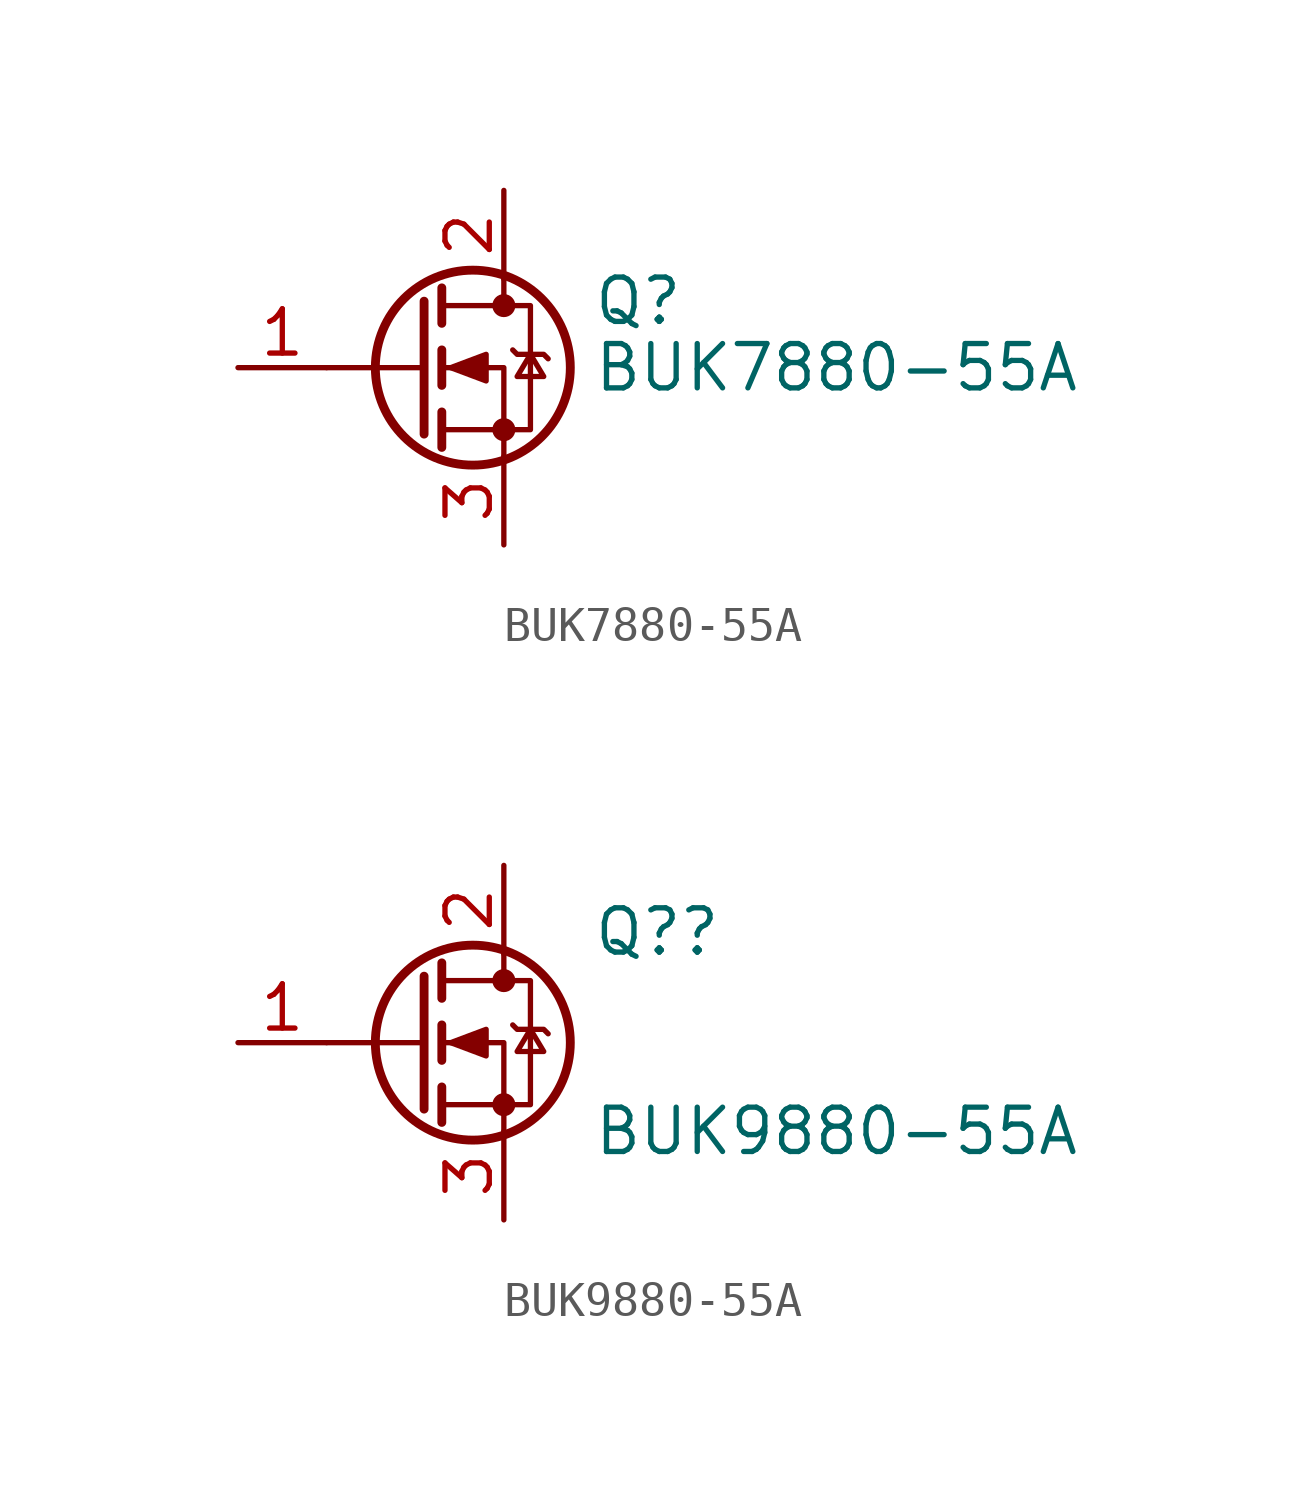
<source format=kicad_sym>
(kicad_symbol_lib
  (version 20211014)
  (generator kicad_symbol_editor)
  (symbol "BUK7880-55A"
    (pin_names hide)
    (property "Reference" "Q"
      (at 5.08 1.905 0)
      (effects (font (size 1.27 1.27)) (justify left)))
    (property "Value" "BUK7880-55A"
      (at 5.08 0 0)
      (effects (font (size 1.27 1.27)) (justify left)))
    (symbol "BUK7880-55A_0_1"
      (polyline (pts (xy 0.254 0) (xy -2.54 0)) (stroke (width 0) (type default) (color 0 0 0 0)) (fill (type none)))
      (polyline (pts (xy 0.254 1.905) (xy 0.254 -1.905)) (stroke (width 0.254) (type default) (color 0 0 0 0)) (fill (type none)))
      (polyline (pts (xy 0.762 -1.27) (xy 0.762 -2.286)) (stroke (width 0.254) (type default) (color 0 0 0 0)) (fill (type none)))
      (polyline (pts (xy 0.762 0.508) (xy 0.762 -0.508)) (stroke (width 0.254) (type default) (color 0 0 0 0)) (fill (type none)))
      (polyline (pts (xy 0.762 2.286) (xy 0.762 1.27)) (stroke (width 0.254) (type default) (color 0 0 0 0)) (fill (type none)))
      (polyline (pts (xy 2.54 2.54) (xy 2.54 1.778)) (stroke (width 0) (type default) (color 0 0 0 0)) (fill (type none)))
      (polyline (pts (xy 2.54 -2.54) (xy 2.54 0) (xy 0.762 0)) (stroke (width 0) (type default) (color 0 0 0 0)) (fill (type none)))
      (polyline (pts (xy 0.762 -1.778) (xy 3.302 -1.778) (xy 3.302 1.778) (xy 0.762 1.778)) (stroke (width 0) (type default) (color 0 0 0 0)) (fill (type none)))
      (polyline (pts (xy 1.016 0) (xy 2.032 0.381) (xy 2.032 -0.381) (xy 1.016 0)) (stroke (width 0) (type default) (color 0 0 0 0)) (fill (type outline)))
      (polyline (pts (xy 2.794 0.508) (xy 2.921 0.381) (xy 3.683 0.381) (xy 3.81 0.254)) (stroke (width 0) (type default) (color 0 0 0 0)) (fill (type none)))
      (polyline (pts (xy 3.302 0.381) (xy 2.921 -0.254) (xy 3.683 -0.254) (xy 3.302 0.381)) (stroke (width 0) (type default) (color 0 0 0 0)) (fill (type none)))
      (circle (center 1.651 0) (radius 2.794) (stroke (width 0.254) (type default) (color 0 0 0 0)) (fill (type none)))
      (circle (center 2.54 -1.778) (radius 0.254) (stroke (width 0) (type default) (color 0 0 0 0)) (fill (type outline)))
      (circle (center 2.54 1.778) (radius 0.254) (stroke (width 0) (type default) (color 0 0 0 0)) (fill (type outline))))
    (symbol "BUK7880-55A_1_1"
      (pin input line (at -5.08 0 0) (length 2.54) (name "G" (effects (font (size 1.27 1.27)))) (number "1" (effects (font (size 1.27 1.27)))))
      (pin passive line (at 2.54 5.08 270) (length 2.54) (name "D" (effects (font (size 1.27 1.27)))) (number "2" (effects (font (size 1.27 1.27)))))
      (pin passive line (at 2.54 -5.08 90) (length 2.54) (name "S" (effects (font (size 1.27 1.27)))) (number "3" (effects (font (size 1.27 1.27)))))))
  (symbol "BUK9880-55A"
    (pin_names hide)
    (property "Reference" "Q?"
      (at 5.08 3.175 0)
      (effects (font (size 1.27 1.27)) (justify left)))
    (property "Value" "BUK9880-55A"
      (at 5.08 -2.54 0)
      (effects (font (size 1.27 1.27)) (justify left)))
    (symbol "BUK9880-55A_0_1"
      (polyline (pts (xy 0.254 0) (xy -2.54 0)) (stroke (width 0) (type default) (color 0 0 0 0)) (fill (type none)))
      (polyline (pts (xy 0.254 1.905) (xy 0.254 -1.905)) (stroke (width 0.254) (type default) (color 0 0 0 0)) (fill (type none)))
      (polyline (pts (xy 0.762 -1.27) (xy 0.762 -2.286)) (stroke (width 0.254) (type default) (color 0 0 0 0)) (fill (type none)))
      (polyline (pts (xy 0.762 0.508) (xy 0.762 -0.508)) (stroke (width 0.254) (type default) (color 0 0 0 0)) (fill (type none)))
      (polyline (pts (xy 0.762 2.286) (xy 0.762 1.27)) (stroke (width 0.254) (type default) (color 0 0 0 0)) (fill (type none)))
      (polyline (pts (xy 2.54 2.54) (xy 2.54 1.778)) (stroke (width 0) (type default) (color 0 0 0 0)) (fill (type none)))
      (polyline (pts (xy 2.54 -2.54) (xy 2.54 0) (xy 0.762 0)) (stroke (width 0) (type default) (color 0 0 0 0)) (fill (type none)))
      (polyline (pts (xy 0.762 -1.778) (xy 3.302 -1.778) (xy 3.302 1.778) (xy 0.762 1.778)) (stroke (width 0) (type default) (color 0 0 0 0)) (fill (type none)))
      (polyline (pts (xy 1.016 0) (xy 2.032 0.381) (xy 2.032 -0.381) (xy 1.016 0)) (stroke (width 0) (type default) (color 0 0 0 0)) (fill (type outline)))
      (polyline (pts (xy 2.794 0.508) (xy 2.921 0.381) (xy 3.683 0.381) (xy 3.81 0.254)) (stroke (width 0) (type default) (color 0 0 0 0)) (fill (type none)))
      (polyline (pts (xy 3.302 0.381) (xy 2.921 -0.254) (xy 3.683 -0.254) (xy 3.302 0.381)) (stroke (width 0) (type default) (color 0 0 0 0)) (fill (type none)))
      (circle (center 1.651 0) (radius 2.794) (stroke (width 0.254) (type default) (color 0 0 0 0)) (fill (type none)))
      (circle (center 2.54 -1.778) (radius 0.254) (stroke (width 0) (type default) (color 0 0 0 0)) (fill (type outline)))
      (circle (center 2.54 1.778) (radius 0.254) (stroke (width 0) (type default) (color 0 0 0 0)) (fill (type outline))))
    (symbol "BUK9880-55A_1_1"
      (pin input line (at -5.08 0 0) (length 2.54) (name "G" (effects (font (size 1.27 1.27)))) (number "1" (effects (font (size 1.27 1.27)))))
      (pin passive line (at 2.54 5.08 270) (length 2.54) (name "D" (effects (font (size 1.27 1.27)))) (number "2" (effects (font (size 1.27 1.27)))))
      (pin passive line (at 2.54 -5.08 90) (length 2.54) (name "S" (effects (font (size 1.27 1.27)))) (number "3" (effects (font (size 1.27 1.27))))))))
</source>
